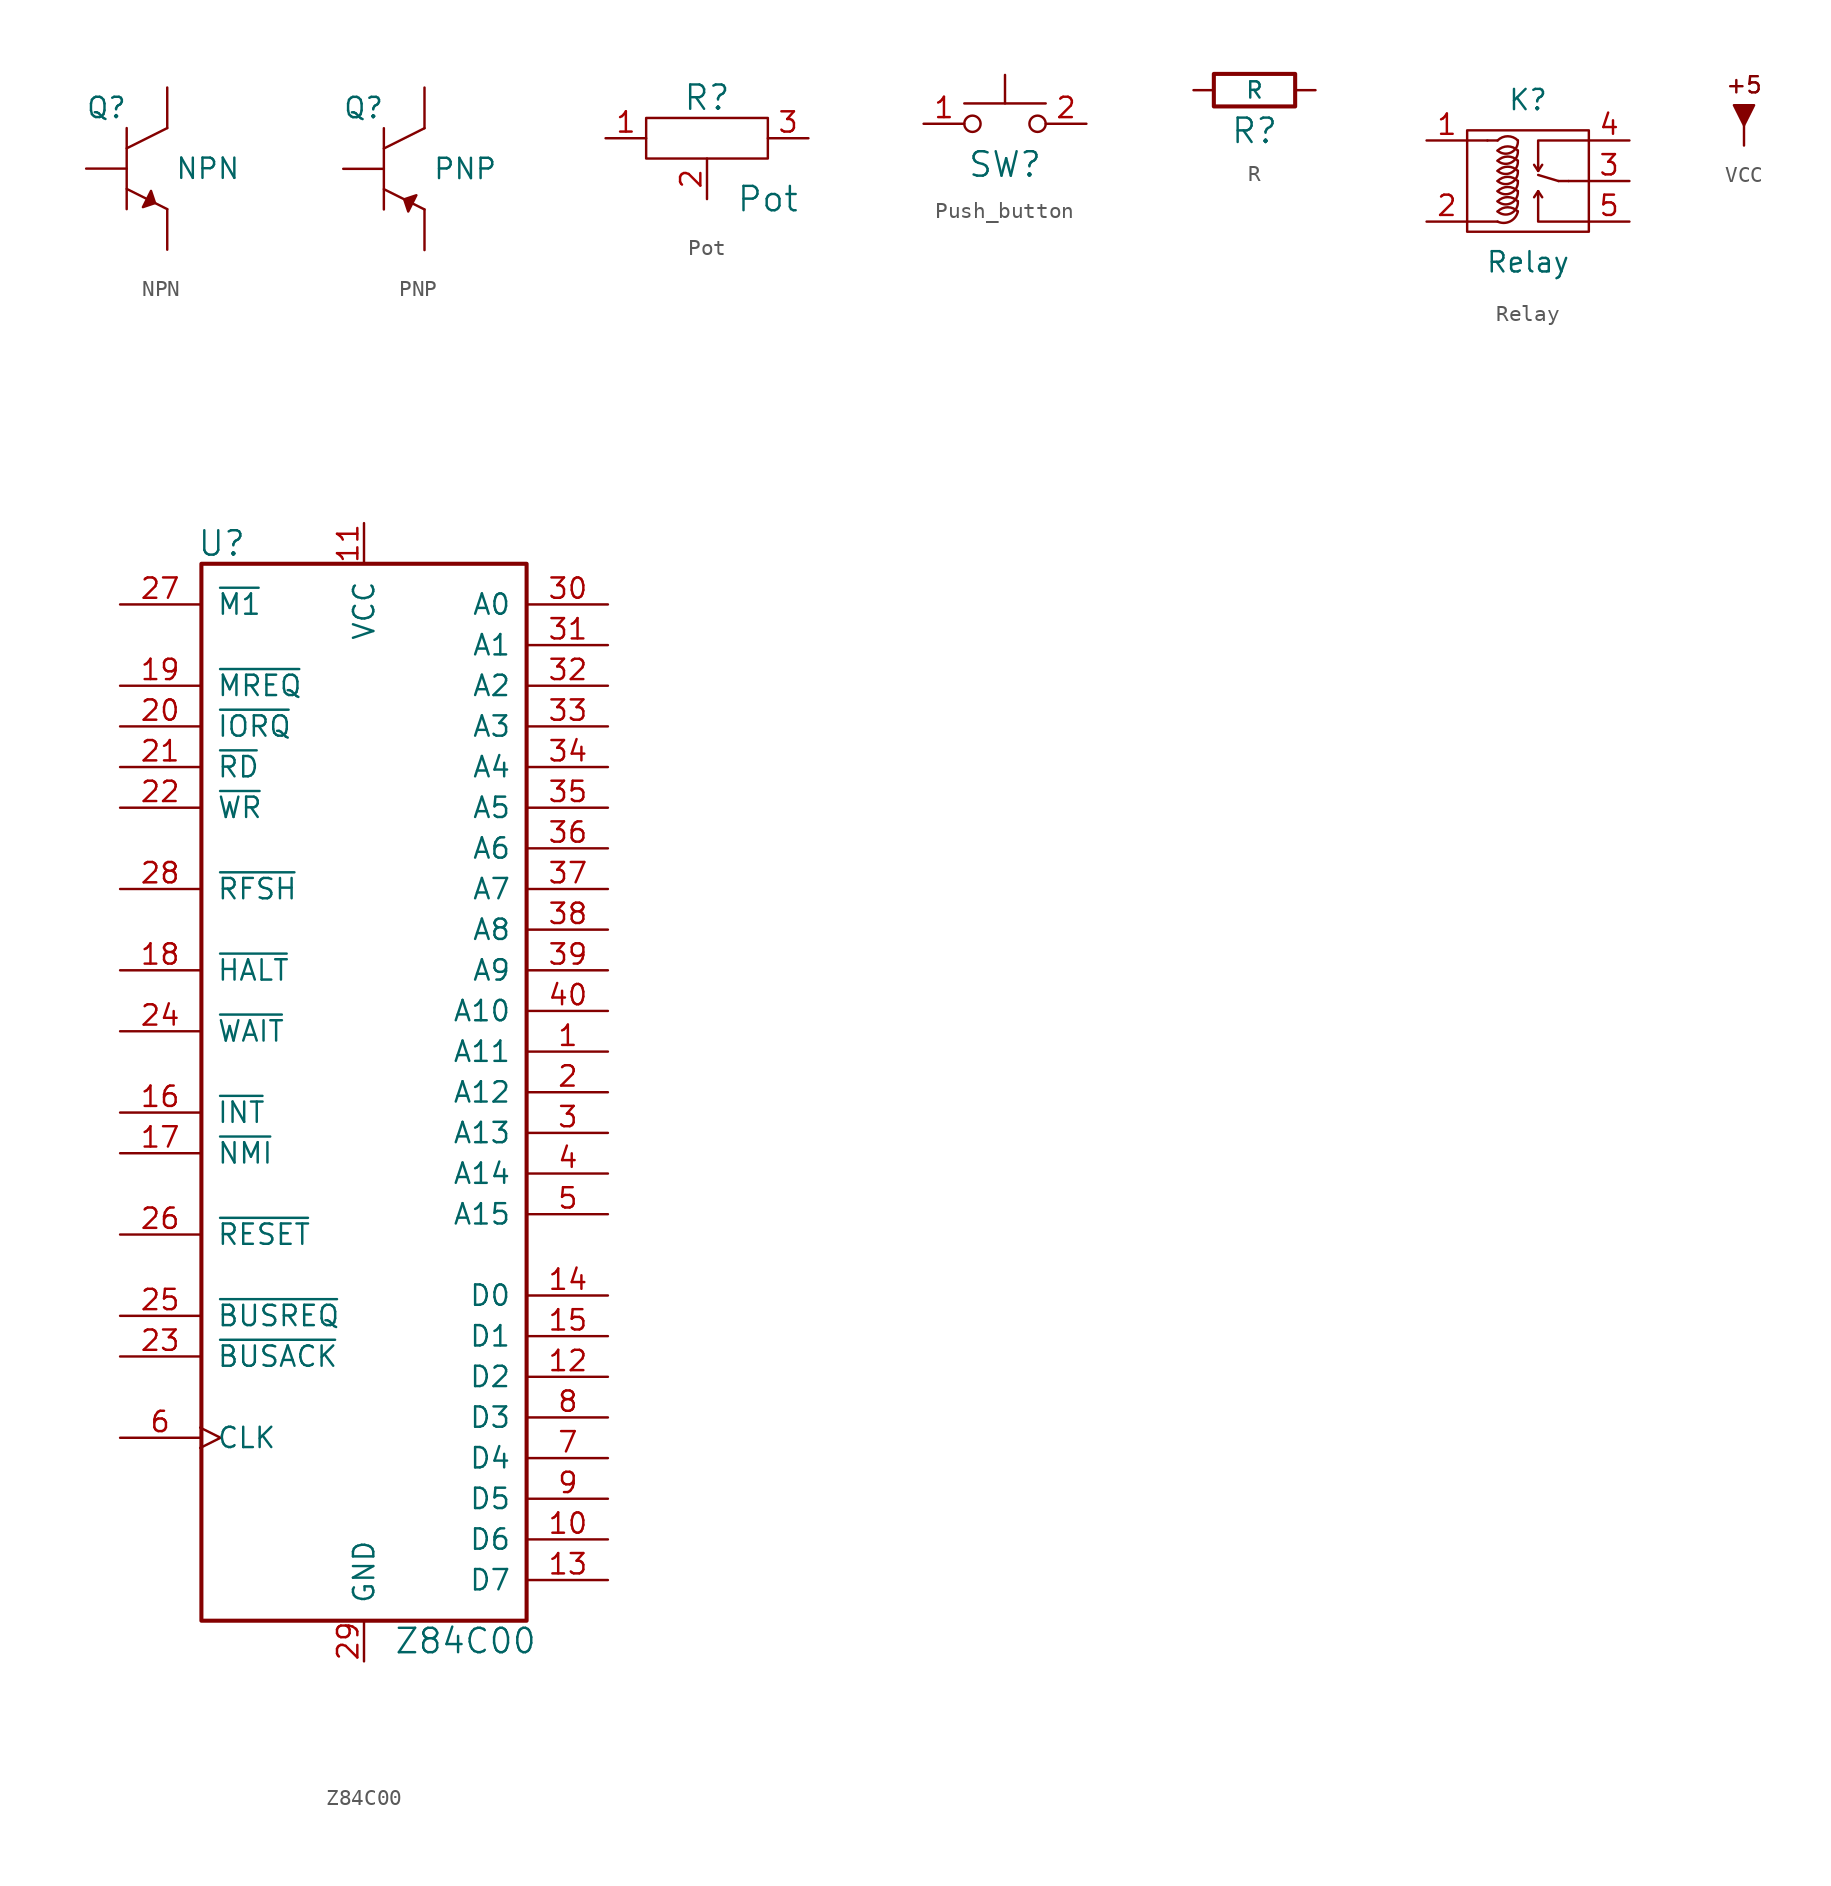
<source format=kicad_sym>
(kicad_symbol_lib
  (version 20211014)
  (generator kicad_symbol_editor)
  (symbol "NPN"
    (pin_numbers hide)
    (pin_names
      (offset 1.016) hide)
    (property "Reference" "Q"
      (at -3.81 3.81 0)
      (effects (font (size 1.27 1.27))))
    (property "Value" "NPN"
      (at 2.54 0 0)
      (effects (font (size 1.27 1.27))))
    (symbol "NPN_0_1"
      (polyline (pts (xy -2.54 -1.27) (xy 0 -2.54)) (stroke (width 0) (type default) (color 0 0 0 0)) (fill (type none)))
      (polyline (pts (xy -2.54 1.27) (xy 0 2.54)) (stroke (width 0) (type default) (color 0 0 0 0)) (fill (type none)))
      (polyline (pts (xy -2.54 2.54) (xy -2.54 -2.54)) (stroke (width 0) (type default) (color 0 0 0 0)) (fill (type none)))
      (polyline (pts (xy -0.762 -2.159) (xy -1.016 -1.397) (xy -1.524 -2.413) (xy -0.762 -2.159)) (stroke (width 0) (type default) (color 0 0 0 0)) (fill (type outline))))
    (symbol "NPN_1_1"
      (pin input line (at 0 5.08 270) (length 2.54) (name "1C" (effects (font (size 1.27 1.27)))) (number "1" (effects (font (size 1.27 1.27)))))
      (pin input line (at -5.08 0 0) (length 2.54) (name "B" (effects (font (size 1.27 1.27)))) (number "2" (effects (font (size 1.27 1.27)))))
      (pin input line (at 0 -5.08 90) (length 2.54) (name "E" (effects (font (size 1.27 1.27)))) (number "3" (effects (font (size 1.27 1.27)))))))
  (symbol "PNP"
    (pin_numbers hide)
    (pin_names
      (offset 1.016) hide)
    (property "Reference" "Q"
      (at -3.81 3.81 0)
      (effects (font (size 1.27 1.27))))
    (property "Value" "PNP"
      (at 2.54 0 0)
      (effects (font (size 1.27 1.27))))
    (symbol "PNP_1_1"
      (polyline (pts (xy -2.54 -1.27) (xy 0 -2.54)) (stroke (width 0) (type default) (color 0 0 0 0)) (fill (type none)))
      (polyline (pts (xy -2.54 1.27) (xy 0 2.54)) (stroke (width 0) (type default) (color 0 0 0 0)) (fill (type none)))
      (polyline (pts (xy -2.54 2.54) (xy -2.54 -2.54)) (stroke (width 0) (type default) (color 0 0 0 0)) (fill (type none)))
      (polyline (pts (xy -1.27 -1.905) (xy -1.016 -2.667) (xy -0.508 -1.651) (xy -1.27 -1.905)) (stroke (width 0) (type default) (color 0 0 0 0)) (fill (type outline)))
      (pin input line (at 0 5.08 270) (length 2.54) (name "1C" (effects (font (size 1.27 1.27)))) (number "1" (effects (font (size 1.27 1.27)))))
      (pin input line (at -5.08 0 0) (length 2.54) (name "B" (effects (font (size 1.27 1.27)))) (number "2" (effects (font (size 1.27 1.27)))))
      (pin input line (at 0 -5.08 90) (length 2.54) (name "E" (effects (font (size 1.27 1.27)))) (number "3" (effects (font (size 1.27 1.27)))))))
  (symbol "Pot"
    (pin_names
      (offset 1.016))
    (property "Reference" "R"
      (at 0 2.54 0)
      (effects (font (size 1.524 1.524))))
    (property "Value" "Pot"
      (at 3.81 -3.81 0)
      (effects (font (size 1.524 1.524))))
    (symbol "Pot_0_1"
      (rectangle (start 3.81 -1.27) (end -3.81 1.27) (stroke (width 0) (type default) (color 0 0 0 0)) (fill (type none))))
    (symbol "Pot_1_1"
      (pin passive line (at -6.35 0 0) (length 2.54) (name "~" (effects (font (size 1.27 1.27)))) (number "1" (effects (font (size 1.27 1.27)))))
      (pin passive line (at 0 -3.81 90) (length 2.54) (name "~" (effects (font (size 1.27 1.27)))) (number "2" (effects (font (size 1.27 1.27)))))
      (pin passive line (at 6.35 0 180) (length 2.54) (name "~" (effects (font (size 1.27 1.27)))) (number "3" (effects (font (size 1.27 1.27)))))))
  (symbol "Push_button"
    (pin_names
      (offset 1.016) hide)
    (property "Reference" "SW"
      (at 0 -2.54 0)
      (effects (font (size 1.524 1.524))))
    (symbol "Push_button_1_1"
      (circle (center -2.032 0) (radius 0.508) (stroke (width 0) (type default) (color 0 0 0 0)) (fill (type none)))
      (polyline (pts (xy 0 1.27) (xy 0 3.048)) (stroke (width 0) (type default) (color 0 0 0 0)) (fill (type none)))
      (polyline (pts (xy 2.54 1.27) (xy -2.54 1.27)) (stroke (width 0) (type default) (color 0 0 0 0)) (fill (type none)))
      (circle (center 2.032 0) (radius 0.508) (stroke (width 0) (type default) (color 0 0 0 0)) (fill (type none)))
      (pin passive line (at -5.08 0 0) (length 2.54) (name "1" (effects (font (size 1.27 1.27)))) (number "1" (effects (font (size 1.27 1.27)))))
      (pin passive line (at 5.08 0 180) (length 2.54) (name "2" (effects (font (size 1.27 1.27)))) (number "2" (effects (font (size 1.27 1.27)))))))
  (symbol "R"
    (pin_numbers hide)
    (pin_names
      (offset 1.016))
    (property "Reference" "R"
      (at 0 -2.54 0)
      (effects (font (size 1.524 1.524))))
    (property "Value" "R"
      (at 0 0 0)
      (effects (font (size 1.016 1.016))))
    (symbol "R_1_1"
      (rectangle (start 2.54 -1.016) (end -2.54 1.016) (stroke (width 0.254) (type default) (color 0 0 0 0)) (fill (type none)))
      (pin passive line (at -3.81 0 0) (length 1.27) (name "~" (effects (font (size 1.27 1.27)))) (number "1" (effects (font (size 1.27 1.27)))))
      (pin passive line (at 3.81 0 180) (length 1.27) (name "~" (effects (font (size 1.27 1.27)))) (number "2" (effects (font (size 1.27 1.27)))))))
  (symbol "Relay"
    (pin_names
      (offset 1.016))
    (property "Reference" "K"
      (at 0 5.08 0)
      (effects (font (size 1.27 1.27))))
    (property "Value" "Relay"
      (at 0 -5.08 0)
      (effects (font (size 1.27 1.27))))
    (symbol "Relay_0_1"
      (rectangle (start -3.81 3.175) (end 3.81 -3.175) (stroke (width 0) (type default) (color 0 0 0 0)) (fill (type none)))
      (arc (start -1.905 -2.54) (mid -1.1194 -2.5285) (end -0.635 -1.905) (stroke (width 0) (type default) (color 0 0 0 0)) (fill (type none)))
      (arc (start -1.905 1.905) (mid -1.0575 1.7892) (end -0.635 2.54) (stroke (width 0) (type default) (color 0 0 0 0)) (fill (type none)))
      (arc (start -0.635 1.905) (mid -1.27 2.168) (end -1.905 1.905) (stroke (width 0) (type default) (color 0 0 0 0)) (fill (type none)))
      (arc (start -0.635 2.54) (mid -1.27 2.803) (end -1.905 2.54) (stroke (width 0) (type default) (color 0 0 0 0)) (fill (type none)))
      (polyline (pts (xy -2.54 2.54) (xy -3.81 2.54)) (stroke (width 0) (type default) (color 0 0 0 0)) (fill (type none)))
      (polyline (pts (xy -1.905 -2.54) (xy -3.81 -2.54)) (stroke (width 0) (type default) (color 0 0 0 0)) (fill (type none)))
      (polyline (pts (xy -1.905 2.54) (xy -2.54 2.54)) (stroke (width 0) (type default) (color 0 0 0 0)) (fill (type none)))
      (polyline (pts (xy 0.635 -0.635) (xy 0.381 -1.016)) (stroke (width 0) (type default) (color 0 0 0 0)) (fill (type none)))
      (polyline (pts (xy 0.635 -0.635) (xy 0.889 -1.016)) (stroke (width 0) (type default) (color 0 0 0 0)) (fill (type none)))
      (polyline (pts (xy 0.635 0.381) (xy 1.905 0)) (stroke (width 0) (type default) (color 0 0 0 0)) (fill (type none)))
      (polyline (pts (xy 0.635 0.635) (xy 0.381 1.016)) (stroke (width 0) (type default) (color 0 0 0 0)) (fill (type none)))
      (polyline (pts (xy 0.635 0.635) (xy 0.889 1.016)) (stroke (width 0) (type default) (color 0 0 0 0)) (fill (type none)))
      (polyline (pts (xy 1.905 0) (xy 2.54 0)) (stroke (width 0) (type default) (color 0 0 0 0)) (fill (type none)))
      (polyline (pts (xy 2.54 0) (xy 3.81 0)) (stroke (width 0) (type default) (color 0 0 0 0)) (fill (type none)))
      (polyline (pts (xy 0.635 -0.635) (xy 0.635 -2.54) (xy 3.81 -2.54)) (stroke (width 0) (type default) (color 0 0 0 0)) (fill (type none)))
      (polyline (pts (xy 0.635 0.635) (xy 0.635 2.54) (xy 3.81 2.54)) (stroke (width 0) (type default) (color 0 0 0 0)) (fill (type none))))
    (symbol "Relay_1_1"
      (arc (start -1.905 -1.905) (mid -1.0575 -2.0208) (end -0.635 -1.27) (stroke (width 0) (type default) (color 0 0 0 0)) (fill (type none)))
      (arc (start -1.905 -1.27) (mid -1.0575 -1.3858) (end -0.635 -0.635) (stroke (width 0) (type default) (color 0 0 0 0)) (fill (type none)))
      (arc (start -1.905 -0.635) (mid -1.0575 -0.7508) (end -0.635 0) (stroke (width 0) (type default) (color 0 0 0 0)) (fill (type none)))
      (arc (start -1.905 0) (mid -1.0575 -0.1158) (end -0.635 0.635) (stroke (width 0) (type default) (color 0 0 0 0)) (fill (type none)))
      (arc (start -1.905 0.635) (mid -1.0575 0.5192) (end -0.635 1.27) (stroke (width 0) (type default) (color 0 0 0 0)) (fill (type none)))
      (arc (start -1.905 1.27) (mid -1.0575 1.1542) (end -0.635 1.905) (stroke (width 0) (type default) (color 0 0 0 0)) (fill (type none)))
      (arc (start -0.635 -1.905) (mid -1.27 -1.642) (end -1.905 -1.905) (stroke (width 0) (type default) (color 0 0 0 0)) (fill (type none)))
      (arc (start -0.635 -1.27) (mid -1.27 -1.007) (end -1.905 -1.27) (stroke (width 0) (type default) (color 0 0 0 0)) (fill (type none)))
      (arc (start -0.635 -0.635) (mid -1.27 -0.372) (end -1.905 -0.635) (stroke (width 0) (type default) (color 0 0 0 0)) (fill (type none)))
      (arc (start -0.635 0) (mid -1.27 0.263) (end -1.905 0) (stroke (width 0) (type default) (color 0 0 0 0)) (fill (type none)))
      (arc (start -0.635 0.635) (mid -1.27 0.898) (end -1.905 0.635) (stroke (width 0) (type default) (color 0 0 0 0)) (fill (type none)))
      (arc (start -0.635 1.27) (mid -1.27 1.533) (end -1.905 1.27) (stroke (width 0) (type default) (color 0 0 0 0)) (fill (type none)))
      (pin input line (at -6.35 2.54 0) (length 2.54) (name "~" (effects (font (size 1.27 1.27)))) (number "1" (effects (font (size 1.27 1.27)))))
      (pin input line (at -6.35 -2.54 0) (length 2.54) (name "~" (effects (font (size 1.27 1.27)))) (number "2" (effects (font (size 1.27 1.27)))))
      (pin passive line (at 6.35 0 180) (length 2.54) (name "~" (effects (font (size 1.27 1.27)))) (number "3" (effects (font (size 1.27 1.27)))))
      (pin passive line (at 6.35 2.54 180) (length 2.54) (name "~" (effects (font (size 1.27 1.27)))) (number "4" (effects (font (size 1.27 1.27)))))
      (pin passive line (at 6.35 -2.54 180) (length 2.54) (name "~" (effects (font (size 1.27 1.27)))) (number "5" (effects (font (size 1.27 1.27)))))))
  (symbol "VCC"
    (power)
    (pin_numbers hide)
    (pin_names
      (offset 0) hide)
    (property "Reference" "#PWR"
      (at 0 -1.27 0)
      (effects (font (size 1.524 1.524)) hide))
    (symbol "VCC_0_0"
      (text "+5" (at 0 3.81 0) (effects (font (size 1.016 1.016)))))
    (symbol "VCC_0_1"
      (polyline (pts (xy 0 1.27) (xy 0.635 2.54) (xy -0.635 2.54) (xy 0 1.27)) (stroke (width 0) (type default) (color 0 0 0 0)) (fill (type outline))))
    (symbol "VCC_1_1"
      (pin power_in line (at 0 0 90) (length 1.27) (name "VCC" (effects (font (size 1.27 1.27)))) (number "1" (effects (font (size 1.27 1.27)))))))
  (symbol "Z84C00"
    (pin_names
      (offset 1.016))
    (property "Reference" "U"
      (at -8.89 34.29 0)
      (effects (font (size 1.524 1.524))))
    (property "Value" "Z84C00"
      (at 6.35 -34.29 0)
      (effects (font (size 1.524 1.524))))
    (symbol "Z84C00_0_1"
      (rectangle (start 10.16 33.02) (end -10.16 -33.02) (stroke (width 0.254) (type default) (color 0 0 0 0)) (fill (type none))))
    (symbol "Z84C00_1_1"
      (pin output line (at 15.24 2.54 180) (length 5.004) (name "A11" (effects (font (size 1.27 1.27)))) (number "1" (effects (font (size 1.27 1.27)))))
      (pin bidirectional line (at 15.24 -27.94 180) (length 5.004) (name "D6" (effects (font (size 1.27 1.27)))) (number "10" (effects (font (size 1.27 1.27)))))
      (pin power_in line (at 0 35.56 270) (length 2.54) (name "VCC" (effects (font (size 1.27 1.27)))) (number "11" (effects (font (size 1.27 1.27)))))
      (pin bidirectional line (at 15.24 -17.78 180) (length 5.004) (name "D2" (effects (font (size 1.27 1.27)))) (number "12" (effects (font (size 1.27 1.27)))))
      (pin bidirectional line (at 15.24 -30.48 180) (length 5.004) (name "D7" (effects (font (size 1.27 1.27)))) (number "13" (effects (font (size 1.27 1.27)))))
      (pin bidirectional line (at 15.24 -12.7 180) (length 5.004) (name "D0" (effects (font (size 1.27 1.27)))) (number "14" (effects (font (size 1.27 1.27)))))
      (pin bidirectional line (at 15.24 -15.24 180) (length 5.004) (name "D1" (effects (font (size 1.27 1.27)))) (number "15" (effects (font (size 1.27 1.27)))))
      (pin input line (at -15.24 -1.27 0) (length 5.004) (name "~{INT}" (effects (font (size 1.27 1.27)))) (number "16" (effects (font (size 1.27 1.27)))))
      (pin input line (at -15.24 -3.81 0) (length 5.004) (name "~{NMI}" (effects (font (size 1.27 1.27)))) (number "17" (effects (font (size 1.27 1.27)))))
      (pin output line (at -15.24 7.62 0) (length 5.004) (name "~{HALT}" (effects (font (size 1.27 1.27)))) (number "18" (effects (font (size 1.27 1.27)))))
      (pin output line (at -15.24 25.4 0) (length 5.004) (name "~{MREQ}" (effects (font (size 1.27 1.27)))) (number "19" (effects (font (size 1.27 1.27)))))
      (pin output line (at 15.24 0 180) (length 5.004) (name "A12" (effects (font (size 1.27 1.27)))) (number "2" (effects (font (size 1.27 1.27)))))
      (pin output line (at -15.24 22.86 0) (length 5.004) (name "~{IORQ}" (effects (font (size 1.27 1.27)))) (number "20" (effects (font (size 1.27 1.27)))))
      (pin output line (at -15.24 20.32 0) (length 5.004) (name "~{RD}" (effects (font (size 1.27 1.27)))) (number "21" (effects (font (size 1.27 1.27)))))
      (pin output line (at -15.24 17.78 0) (length 5.004) (name "~{WR}" (effects (font (size 1.27 1.27)))) (number "22" (effects (font (size 1.27 1.27)))))
      (pin output line (at -15.24 -16.51 0) (length 5.004) (name "~{BUSACK}" (effects (font (size 1.27 1.27)))) (number "23" (effects (font (size 1.27 1.27)))))
      (pin input line (at -15.24 3.81 0) (length 5.004) (name "~{WAIT}" (effects (font (size 1.27 1.27)))) (number "24" (effects (font (size 1.27 1.27)))))
      (pin input line (at -15.24 -13.97 0) (length 5.004) (name "~{BUSREQ}" (effects (font (size 1.27 1.27)))) (number "25" (effects (font (size 1.27 1.27)))))
      (pin input line (at -15.24 -8.89 0) (length 5.004) (name "~{RESET}" (effects (font (size 1.27 1.27)))) (number "26" (effects (font (size 1.27 1.27)))))
      (pin output line (at -15.24 30.48 0) (length 5.004) (name "~{M1}" (effects (font (size 1.27 1.27)))) (number "27" (effects (font (size 1.27 1.27)))))
      (pin output line (at -15.24 12.7 0) (length 5.004) (name "~{RFSH}" (effects (font (size 1.27 1.27)))) (number "28" (effects (font (size 1.27 1.27)))))
      (pin power_in line (at 0 -35.56 90) (length 2.54) (name "GND" (effects (font (size 1.27 1.27)))) (number "29" (effects (font (size 1.27 1.27)))))
      (pin output line (at 15.24 -2.54 180) (length 5.004) (name "A13" (effects (font (size 1.27 1.27)))) (number "3" (effects (font (size 1.27 1.27)))))
      (pin output line (at 15.24 30.48 180) (length 5.004) (name "A0" (effects (font (size 1.27 1.27)))) (number "30" (effects (font (size 1.27 1.27)))))
      (pin output line (at 15.24 27.94 180) (length 5.004) (name "A1" (effects (font (size 1.27 1.27)))) (number "31" (effects (font (size 1.27 1.27)))))
      (pin output line (at 15.24 25.4 180) (length 5.004) (name "A2" (effects (font (size 1.27 1.27)))) (number "32" (effects (font (size 1.27 1.27)))))
      (pin output line (at 15.24 22.86 180) (length 5.004) (name "A3" (effects (font (size 1.27 1.27)))) (number "33" (effects (font (size 1.27 1.27)))))
      (pin output line (at 15.24 20.32 180) (length 5.004) (name "A4" (effects (font (size 1.27 1.27)))) (number "34" (effects (font (size 1.27 1.27)))))
      (pin output line (at 15.24 17.78 180) (length 5.004) (name "A5" (effects (font (size 1.27 1.27)))) (number "35" (effects (font (size 1.27 1.27)))))
      (pin output line (at 15.24 15.24 180) (length 5.004) (name "A6" (effects (font (size 1.27 1.27)))) (number "36" (effects (font (size 1.27 1.27)))))
      (pin output line (at 15.24 12.7 180) (length 5.004) (name "A7" (effects (font (size 1.27 1.27)))) (number "37" (effects (font (size 1.27 1.27)))))
      (pin output line (at 15.24 10.16 180) (length 5.004) (name "A8" (effects (font (size 1.27 1.27)))) (number "38" (effects (font (size 1.27 1.27)))))
      (pin output line (at 15.24 7.62 180) (length 5.004) (name "A9" (effects (font (size 1.27 1.27)))) (number "39" (effects (font (size 1.27 1.27)))))
      (pin output line (at 15.24 -5.08 180) (length 5.004) (name "A14" (effects (font (size 1.27 1.27)))) (number "4" (effects (font (size 1.27 1.27)))))
      (pin output line (at 15.24 5.08 180) (length 5.004) (name "A10" (effects (font (size 1.27 1.27)))) (number "40" (effects (font (size 1.27 1.27)))))
      (pin output line (at 15.24 -7.62 180) (length 5.004) (name "A15" (effects (font (size 1.27 1.27)))) (number "5" (effects (font (size 1.27 1.27)))))
      (pin input clock (at -15.24 -21.59 0) (length 5.004) (name "CLK" (effects (font (size 1.27 1.27)))) (number "6" (effects (font (size 1.27 1.27)))))
      (pin bidirectional line (at 15.24 -22.86 180) (length 5.004) (name "D4" (effects (font (size 1.27 1.27)))) (number "7" (effects (font (size 1.27 1.27)))))
      (pin bidirectional line (at 15.24 -20.32 180) (length 5.004) (name "D3" (effects (font (size 1.27 1.27)))) (number "8" (effects (font (size 1.27 1.27)))))
      (pin bidirectional line (at 15.24 -25.4 180) (length 5.004) (name "D5" (effects (font (size 1.27 1.27)))) (number "9" (effects (font (size 1.27 1.27))))))))
</source>
